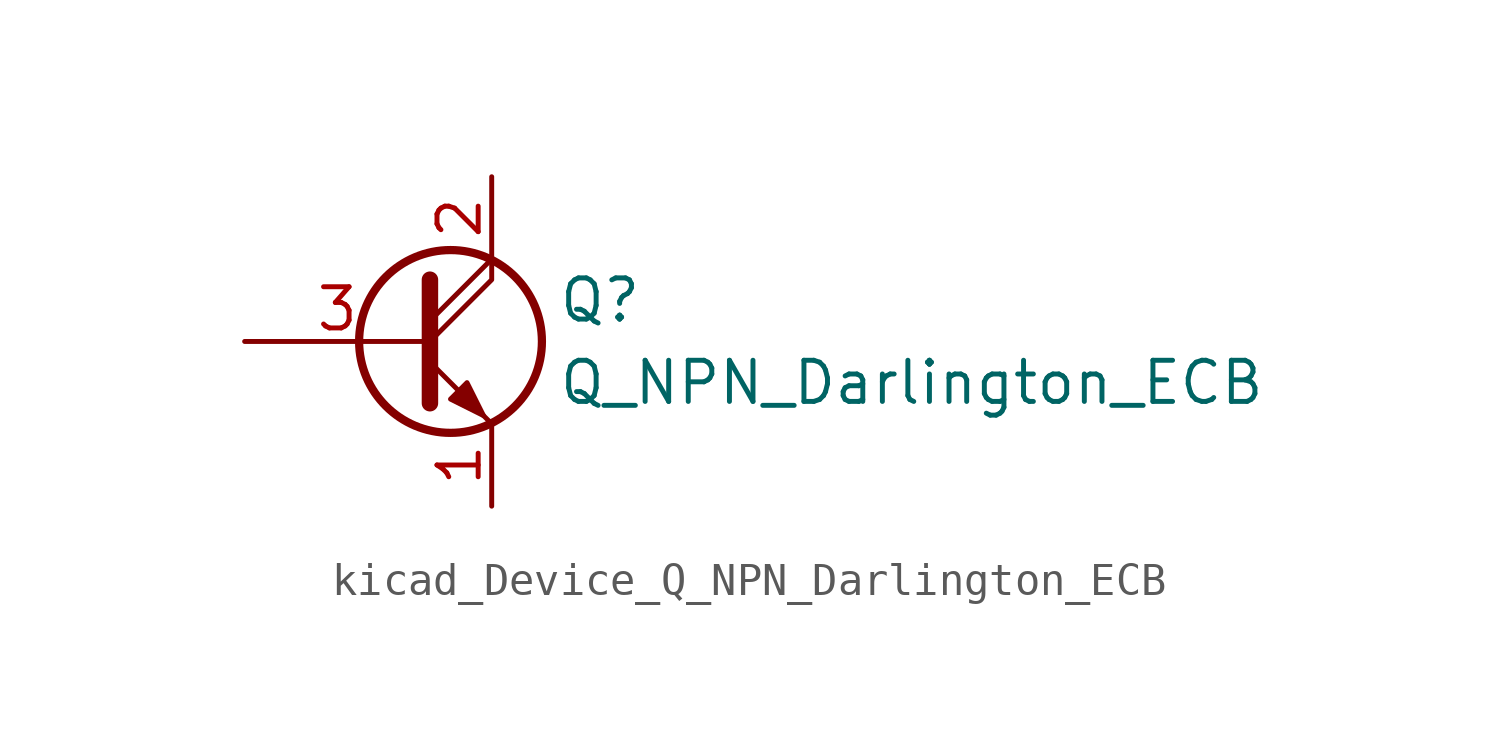
<source format=kicad_sym>
(kicad_symbol_lib
  (version 20220914)
  (generator kicad_symbol_editor)
  (symbol "kicad_Device_Q_NPN_Darlington_ECB"
    (pin_names
      (offset 0) hide)
    (property "Reference" "Q"
      (at 4.572 1.27 0)
      (effects (font (size 1.27 1.27)) (justify left)))
    (property "Value" "Q_NPN_Darlington_ECB"
      (at 4.572 -1.27 0)
      (effects (font (size 1.27 1.27)) (justify left)))
    (symbol "kicad_Device_Q_NPN_Darlington_ECB_0_1"
      (polyline (pts (xy 0.635 0.635) (xy 2.54 2.54)) (stroke (width 0) (type default)) (fill (type none)))
      (polyline (pts (xy 0.635 -0.635) (xy 2.54 -2.54) (xy 2.54 -2.54)) (stroke (width 0) (type default)) (fill (type none)))
      (polyline (pts (xy 0.635 0) (xy 2.54 1.905) (xy 2.54 2.54)) (stroke (width 0) (type default)) (fill (type none)))
      (polyline (pts (xy 0.635 1.905) (xy 0.635 -1.905) (xy 0.635 -1.905)) (stroke (width 0.508) (type default)) (fill (type none)))
      (polyline (pts (xy 1.27 -1.778) (xy 1.778 -1.27) (xy 2.286 -2.286) (xy 1.27 -1.778) (xy 1.27 -1.778)) (stroke (width 0) (type default)) (fill (type outline)))
      (circle (center 1.27 0) (radius 2.819) (stroke (width 0.254) (type default)) (fill (type none))))
    (symbol "kicad_Device_Q_NPN_Darlington_ECB_1_1"
      (pin passive line (at 2.54 -5.08 90) (length 2.54) (name "E" (effects (font (size 1.27 1.27)))) (number "1" (effects (font (size 1.27 1.27)))))
      (pin passive line (at 2.54 5.08 270) (length 2.54) (name "C" (effects (font (size 1.27 1.27)))) (number "2" (effects (font (size 1.27 1.27)))))
      (pin passive line (at -5.08 0 0) (length 5.715) (name "B" (effects (font (size 1.27 1.27)))) (number "3" (effects (font (size 1.27 1.27))))))))
</source>
